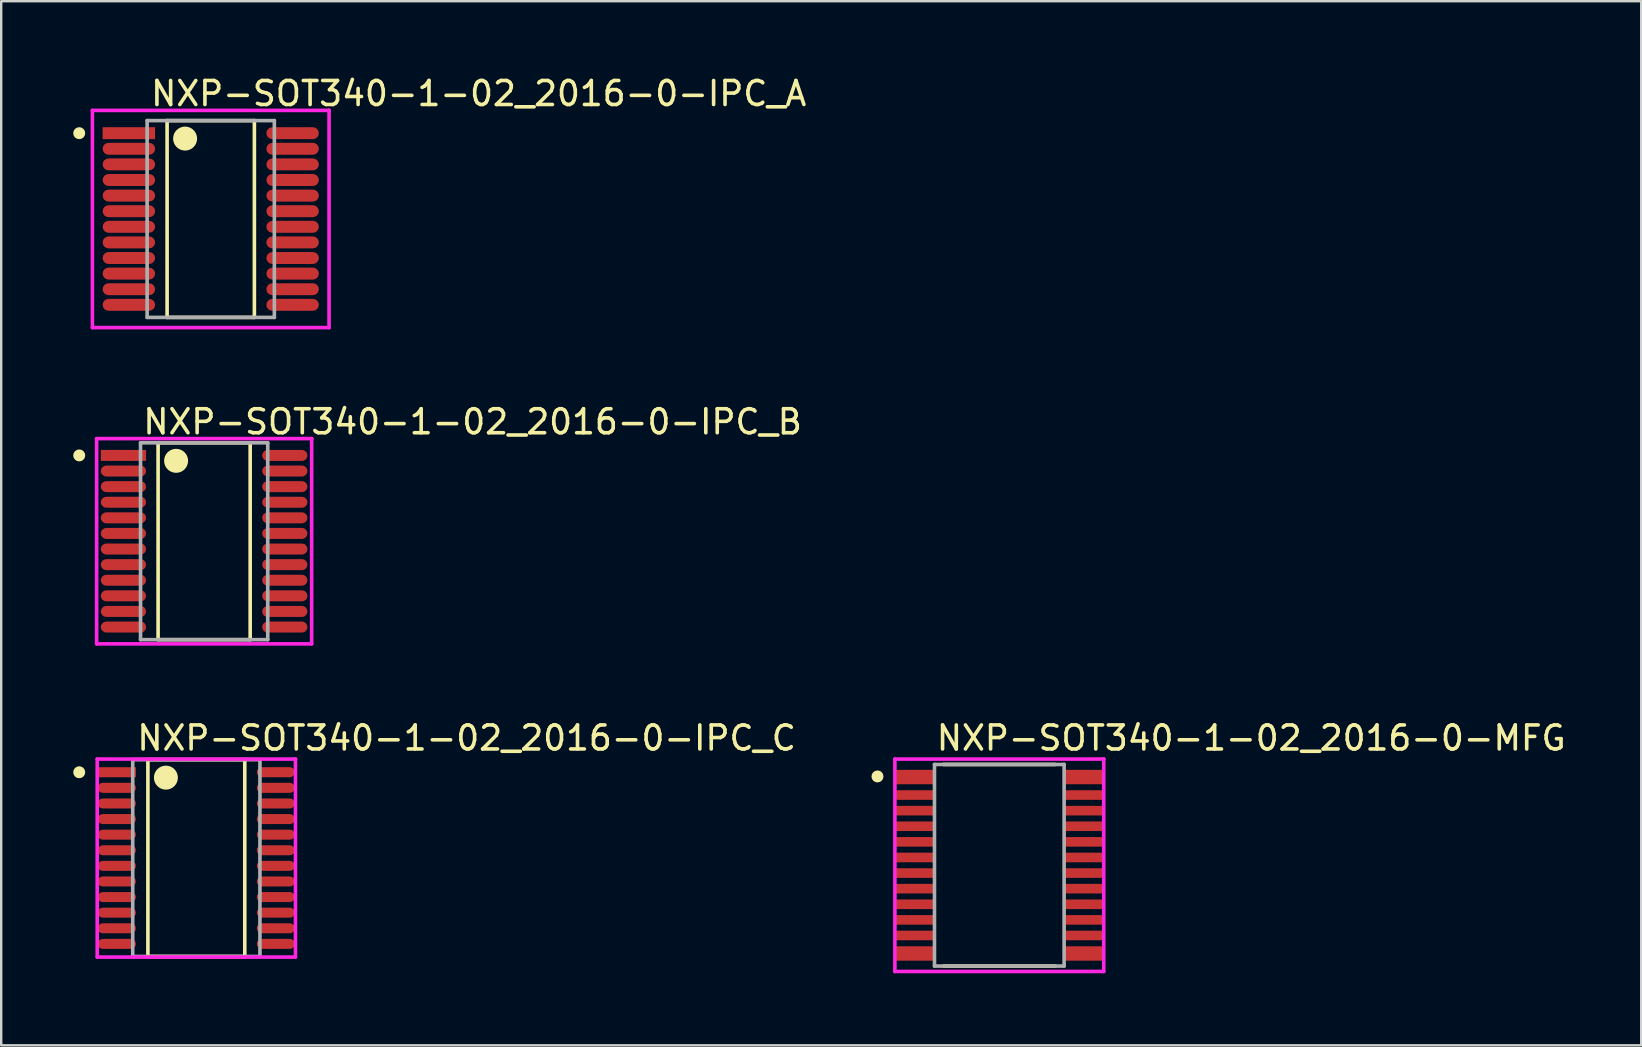
<source format=kicad_pcb>
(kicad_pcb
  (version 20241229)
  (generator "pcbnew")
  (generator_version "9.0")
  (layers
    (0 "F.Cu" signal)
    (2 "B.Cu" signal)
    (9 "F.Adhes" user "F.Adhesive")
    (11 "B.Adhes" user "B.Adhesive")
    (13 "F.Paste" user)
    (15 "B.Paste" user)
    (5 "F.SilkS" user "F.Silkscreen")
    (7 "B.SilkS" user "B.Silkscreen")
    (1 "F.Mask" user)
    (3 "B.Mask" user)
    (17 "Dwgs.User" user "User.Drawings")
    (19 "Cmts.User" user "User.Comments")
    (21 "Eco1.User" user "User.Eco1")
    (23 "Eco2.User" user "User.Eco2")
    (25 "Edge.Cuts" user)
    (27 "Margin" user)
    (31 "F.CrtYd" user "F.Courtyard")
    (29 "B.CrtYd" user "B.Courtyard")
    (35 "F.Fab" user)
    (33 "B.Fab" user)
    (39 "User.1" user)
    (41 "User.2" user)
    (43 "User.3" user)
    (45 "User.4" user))
  (footprint "NXP-SOT340-1-02_2016-0-IPC_A"
    (layer "F.Cu")
    (at 5.729 6.073)
    (property "Reference" "NXP-SOT340-1-02_2016-0-IPC_A" (at -2.579 -5.225 0) (layer "F.SilkS") (effects (font (size 1 1) (thickness 0.15)) (justify left)))
    (attr through_hole)
    (fp_line (start -1.818 -4.1) (end 1.818 -4.1) (stroke (width 0.15) (type solid)) (layer "F.SilkS"))
    (fp_line (start -1.818 4.1) (end -1.818 -4.1) (stroke (width 0.15) (type solid)) (layer "F.SilkS"))
    (fp_line (start 1.818 -4.1) (end 1.818 4.1) (stroke (width 0.15) (type solid)) (layer "F.SilkS"))
    (fp_line (start 1.818 4.1) (end -1.818 4.1) (stroke (width 0.15) (type solid)) (layer "F.SilkS"))
    (fp_circle (center -5.479 -3.575) (end -5.354 -3.575) (stroke (width 0.25) (type solid)) (fill no) (layer "F.SilkS"))
    (fp_circle (center -1.068 -3.35) (end -0.818 -3.35) (stroke (width 0.5) (type solid)) (fill no) (layer "F.SilkS"))
    (fp_line (start -4.929 -4.525) (end -4.929 4.525) (stroke (width 0.15) (type solid)) (layer "F.CrtYd"))
    (fp_line (start -4.929 4.525) (end 4.929 4.525) (stroke (width 0.15) (type solid)) (layer "F.CrtYd"))
    (fp_line (start 4.929 -4.525) (end -4.929 -4.525) (stroke (width 0.15) (type solid)) (layer "F.CrtYd"))
    (fp_line (start 4.929 -4.525) (end 4.929 -4.525) (stroke (width 0.15) (type solid)) (layer "F.CrtYd"))
    (fp_line (start 4.929 4.525) (end 4.929 -4.525) (stroke (width 0.15) (type solid)) (layer "F.CrtYd"))
    (fp_line (start -2.65 -4.1) (end 2.65 -4.1) (stroke (width 0.15) (type solid)) (layer "F.Fab"))
    (fp_line (start -2.65 4.1) (end -2.65 -4.1) (stroke (width 0.15) (type solid)) (layer "F.Fab"))
    (fp_line (start 2.65 -4.1) (end 2.65 4.1) (stroke (width 0.15) (type solid)) (layer "F.Fab"))
    (fp_line (start 2.65 4.1) (end -2.65 4.1) (stroke (width 0.15) (type solid)) (layer "F.Fab"))
    (pad "1" smd rect (at -3.411 -3.575) (size 2.186 0.498) (layers "F.Cu" "F.Mask" "F.Paste"))
    (pad "2" smd roundrect (at -3.411 -2.925) (size 2.186 0.498) (layers "F.Cu" "F.Mask" "F.Paste") (roundrect_rratio 0.5))
    (pad "3" smd roundrect (at -3.411 -2.275) (size 2.186 0.498) (layers "F.Cu" "F.Mask" "F.Paste") (roundrect_rratio 0.5))
    (pad "4" smd roundrect (at -3.411 -1.625) (size 2.186 0.498) (layers "F.Cu" "F.Mask" "F.Paste") (roundrect_rratio 0.5))
    (pad "5" smd roundrect (at -3.411 -0.975) (size 2.186 0.498) (layers "F.Cu" "F.Mask" "F.Paste") (roundrect_rratio 0.5))
    (pad "6" smd roundrect (at -3.411 -0.325) (size 2.186 0.498) (layers "F.Cu" "F.Mask" "F.Paste") (roundrect_rratio 0.5))
    (pad "7" smd roundrect (at -3.411 0.325) (size 2.186 0.498) (layers "F.Cu" "F.Mask" "F.Paste") (roundrect_rratio 0.5))
    (pad "8" smd roundrect (at -3.411 0.975) (size 2.186 0.498) (layers "F.Cu" "F.Mask" "F.Paste") (roundrect_rratio 0.5))
    (pad "9" smd roundrect (at -3.411 1.625) (size 2.186 0.498) (layers "F.Cu" "F.Mask" "F.Paste") (roundrect_rratio 0.5))
    (pad "10" smd roundrect (at -3.411 2.275) (size 2.186 0.498) (layers "F.Cu" "F.Mask" "F.Paste") (roundrect_rratio 0.5))
    (pad "11" smd roundrect (at -3.411 2.925) (size 2.186 0.498) (layers "F.Cu" "F.Mask" "F.Paste") (roundrect_rratio 0.5))
    (pad "12" smd roundrect (at -3.411 3.575) (size 2.186 0.498) (layers "F.Cu" "F.Mask" "F.Paste") (roundrect_rratio 0.5))
    (pad "13" smd roundrect (at 3.411 3.575) (size 2.186 0.498) (layers "F.Cu" "F.Mask" "F.Paste") (roundrect_rratio 0.5))
    (pad "14" smd roundrect (at 3.411 2.925) (size 2.186 0.498) (layers "F.Cu" "F.Mask" "F.Paste") (roundrect_rratio 0.5))
    (pad "15" smd roundrect (at 3.411 2.275) (size 2.186 0.498) (layers "F.Cu" "F.Mask" "F.Paste") (roundrect_rratio 0.5))
    (pad "16" smd roundrect (at 3.411 1.625) (size 2.186 0.498) (layers "F.Cu" "F.Mask" "F.Paste") (roundrect_rratio 0.5))
    (pad "17" smd roundrect (at 3.411 0.975) (size 2.186 0.498) (layers "F.Cu" "F.Mask" "F.Paste") (roundrect_rratio 0.5))
    (pad "18" smd roundrect (at 3.411 0.325) (size 2.186 0.498) (layers "F.Cu" "F.Mask" "F.Paste") (roundrect_rratio 0.5))
    (pad "19" smd roundrect (at 3.411 -0.325) (size 2.186 0.498) (layers "F.Cu" "F.Mask" "F.Paste") (roundrect_rratio 0.5))
    (pad "20" smd roundrect (at 3.411 -0.975) (size 2.186 0.498) (layers "F.Cu" "F.Mask" "F.Paste") (roundrect_rratio 0.5))
    (pad "21" smd roundrect (at 3.411 -1.625) (size 2.186 0.498) (layers "F.Cu" "F.Mask" "F.Paste") (roundrect_rratio 0.5))
    (pad "22" smd roundrect (at 3.411 -2.275) (size 2.186 0.498) (layers "F.Cu" "F.Mask" "F.Paste") (roundrect_rratio 0.5))
    (pad "23" smd roundrect (at 3.411 -2.925) (size 2.186 0.498) (layers "F.Cu" "F.Mask" "F.Paste") (roundrect_rratio 0.5))
    (pad "24" smd roundrect (at 3.411 -3.575) (size 2.186 0.498) (layers "F.Cu" "F.Mask" "F.Paste") (roundrect_rratio 0.5)))
  (footprint "NXP-SOT340-1-02_2016-0-MFG"
    (layer "F.Cu")
    (at 38.579 32.995)
    (property "Reference" "NXP-SOT340-1-02_2016-0-MFG" (at -2.7 -5.3 0) (layer "F.SilkS") (effects (font (size 1 1) (thickness 0.15)) (justify left)))
    (attr through_hole)
    (fp_line (start -2.325 -4.2) (end 2.325 -4.2) (stroke (width 0.15) (type solid)) (layer "F.SilkS"))
    (fp_line (start -2.325 4.2) (end 2.325 4.2) (stroke (width 0.15) (type solid)) (layer "F.SilkS"))
    (fp_circle (center -5.075 -3.7) (end -4.95 -3.7) (stroke (width 0.25) (type solid)) (fill no) (layer "F.SilkS"))
    (fp_line (start -4.35 -4.425) (end -4.35 4.425) (stroke (width 0.15) (type solid)) (layer "F.CrtYd"))
    (fp_line (start -4.35 4.425) (end 4.35 4.425) (stroke (width 0.15) (type solid)) (layer "F.CrtYd"))
    (fp_line (start 4.35 -4.425) (end -4.35 -4.425) (stroke (width 0.15) (type solid)) (layer "F.CrtYd"))
    (fp_line (start 4.35 -4.425) (end 4.35 -4.425) (stroke (width 0.15) (type solid)) (layer "F.CrtYd"))
    (fp_line (start 4.35 4.425) (end 4.35 -4.425) (stroke (width 0.15) (type solid)) (layer "F.CrtYd"))
    (fp_line (start -2.7 -4.2) (end 2.7 -4.2) (stroke (width 0.15) (type solid)) (layer "F.Fab"))
    (fp_line (start -2.7 4.2) (end -2.7 -4.2) (stroke (width 0.15) (type solid)) (layer "F.Fab"))
    (fp_line (start 2.7 -4.2) (end 2.7 4.2) (stroke (width 0.15) (type solid)) (layer "F.Fab"))
    (fp_line (start 2.7 4.2) (end -2.7 4.2) (stroke (width 0.15) (type solid)) (layer "F.Fab"))
    (pad "1" smd rect (at -3.5 -3.675) (size 1.6 0.6) (layers "F.Cu" "F.Mask" "F.Paste"))
    (pad "2" smd rect (at -3.5 -2.925) (size 1.6 0.4) (layers "F.Cu" "F.Mask" "F.Paste"))
    (pad "3" smd rect (at -3.5 -2.275) (size 1.6 0.4) (layers "F.Cu" "F.Mask" "F.Paste"))
    (pad "4" smd rect (at -3.5 -1.625) (size 1.6 0.4) (layers "F.Cu" "F.Mask" "F.Paste"))
    (pad "5" smd rect (at -3.5 -0.975) (size 1.6 0.4) (layers "F.Cu" "F.Mask" "F.Paste"))
    (pad "6" smd rect (at -3.5 -0.325) (size 1.6 0.4) (layers "F.Cu" "F.Mask" "F.Paste"))
    (pad "7" smd rect (at -3.5 0.325) (size 1.6 0.4) (layers "F.Cu" "F.Mask" "F.Paste"))
    (pad "8" smd rect (at -3.5 0.975) (size 1.6 0.4) (layers "F.Cu" "F.Mask" "F.Paste"))
    (pad "9" smd rect (at -3.5 1.625) (size 1.6 0.4) (layers "F.Cu" "F.Mask" "F.Paste"))
    (pad "10" smd rect (at -3.5 2.275) (size 1.6 0.4) (layers "F.Cu" "F.Mask" "F.Paste"))
    (pad "11" smd rect (at -3.5 2.925) (size 1.6 0.4) (layers "F.Cu" "F.Mask" "F.Paste"))
    (pad "12" smd rect (at -3.5 3.675) (size 1.6 0.6) (layers "F.Cu" "F.Mask" "F.Paste"))
    (pad "13" smd rect (at 3.5 3.675) (size 1.6 0.6) (layers "F.Cu" "F.Mask" "F.Paste"))
    (pad "14" smd rect (at 3.5 2.925) (size 1.6 0.4) (layers "F.Cu" "F.Mask" "F.Paste"))
    (pad "15" smd rect (at 3.5 2.275) (size 1.6 0.4) (layers "F.Cu" "F.Mask" "F.Paste"))
    (pad "16" smd rect (at 3.5 1.625) (size 1.6 0.4) (layers "F.Cu" "F.Mask" "F.Paste"))
    (pad "17" smd rect (at 3.5 0.975) (size 1.6 0.4) (layers "F.Cu" "F.Mask" "F.Paste"))
    (pad "18" smd rect (at 3.5 0.325) (size 1.6 0.4) (layers "F.Cu" "F.Mask" "F.Paste"))
    (pad "19" smd rect (at 3.5 -0.325) (size 1.6 0.4) (layers "F.Cu" "F.Mask" "F.Paste"))
    (pad "20" smd rect (at 3.5 -0.975) (size 1.6 0.4) (layers "F.Cu" "F.Mask" "F.Paste"))
    (pad "21" smd rect (at 3.5 -1.625) (size 1.6 0.4) (layers "F.Cu" "F.Mask" "F.Paste"))
    (pad "22" smd rect (at 3.5 -2.275) (size 1.6 0.4) (layers "F.Cu" "F.Mask" "F.Paste"))
    (pad "23" smd rect (at 3.5 -2.925) (size 1.6 0.4) (layers "F.Cu" "F.Mask" "F.Paste"))
    (pad "24" smd rect (at 3.5 -3.675) (size 1.6 0.6) (layers "F.Cu" "F.Mask" "F.Paste")))
  (footprint "NXP-SOT340-1-02_2016-0-IPC_C"
    (layer "F.Cu")
    (at 5.129 32.695)
    (property "Reference" "NXP-SOT340-1-02_2016-0-IPC_C" (at -2.554 -5 0) (layer "F.SilkS") (effects (font (size 1 1) (thickness 0.15)) (justify left)))
    (attr through_hole)
    (fp_line (start -2.018 -4.1) (end 2.018 -4.1) (stroke (width 0.15) (type solid)) (layer "F.SilkS"))
    (fp_line (start -2.018 4.1) (end -2.018 -4.1) (stroke (width 0.15) (type solid)) (layer "F.SilkS"))
    (fp_line (start 2.018 -4.1) (end 2.018 4.1) (stroke (width 0.15) (type solid)) (layer "F.SilkS"))
    (fp_line (start 2.018 4.1) (end -2.018 4.1) (stroke (width 0.15) (type solid)) (layer "F.SilkS"))
    (fp_circle (center -4.879 -3.575) (end -4.754 -3.575) (stroke (width 0.25) (type solid)) (fill no) (layer "F.SilkS"))
    (fp_circle (center -1.268 -3.35) (end -1.018 -3.35) (stroke (width 0.5) (type solid)) (fill no) (layer "F.SilkS"))
    (fp_line (start -4.129 -4.125) (end -4.129 4.125) (stroke (width 0.15) (type solid)) (layer "F.CrtYd"))
    (fp_line (start -4.129 4.125) (end 4.129 4.125) (stroke (width 0.15) (type solid)) (layer "F.CrtYd"))
    (fp_line (start 4.129 -4.125) (end -4.129 -4.125) (stroke (width 0.15) (type solid)) (layer "F.CrtYd"))
    (fp_line (start 4.129 -4.125) (end 4.129 -4.125) (stroke (width 0.15) (type solid)) (layer "F.CrtYd"))
    (fp_line (start 4.129 4.125) (end 4.129 -4.125) (stroke (width 0.15) (type solid)) (layer "F.CrtYd"))
    (fp_line (start -2.65 -4.1) (end 2.65 -4.1) (stroke (width 0.15) (type solid)) (layer "F.Fab"))
    (fp_line (start -2.65 4.1) (end -2.65 -4.1) (stroke (width 0.15) (type solid)) (layer "F.Fab"))
    (fp_line (start 2.65 -4.1) (end 2.65 4.1) (stroke (width 0.15) (type solid)) (layer "F.Fab"))
    (fp_line (start 2.65 4.1) (end -2.65 4.1) (stroke (width 0.15) (type solid)) (layer "F.Fab"))
    (pad "1" smd rect (at -3.311 -3.575) (size 1.586 0.418) (layers "F.Cu" "F.Mask" "F.Paste"))
    (pad "2" smd roundrect (at -3.311 -2.925) (size 1.586 0.418) (layers "F.Cu" "F.Mask" "F.Paste") (roundrect_rratio 0.5))
    (pad "3" smd roundrect (at -3.311 -2.275) (size 1.586 0.418) (layers "F.Cu" "F.Mask" "F.Paste") (roundrect_rratio 0.5))
    (pad "4" smd roundrect (at -3.311 -1.625) (size 1.586 0.418) (layers "F.Cu" "F.Mask" "F.Paste") (roundrect_rratio 0.5))
    (pad "5" smd roundrect (at -3.311 -0.975) (size 1.586 0.418) (layers "F.Cu" "F.Mask" "F.Paste") (roundrect_rratio 0.5))
    (pad "6" smd roundrect (at -3.311 -0.325) (size 1.586 0.418) (layers "F.Cu" "F.Mask" "F.Paste") (roundrect_rratio 0.5))
    (pad "7" smd roundrect (at -3.311 0.325) (size 1.586 0.418) (layers "F.Cu" "F.Mask" "F.Paste") (roundrect_rratio 0.5))
    (pad "8" smd roundrect (at -3.311 0.975) (size 1.586 0.418) (layers "F.Cu" "F.Mask" "F.Paste") (roundrect_rratio 0.5))
    (pad "9" smd roundrect (at -3.311 1.625) (size 1.586 0.418) (layers "F.Cu" "F.Mask" "F.Paste") (roundrect_rratio 0.5))
    (pad "10" smd roundrect (at -3.311 2.275) (size 1.586 0.418) (layers "F.Cu" "F.Mask" "F.Paste") (roundrect_rratio 0.5))
    (pad "11" smd roundrect (at -3.311 2.925) (size 1.586 0.418) (layers "F.Cu" "F.Mask" "F.Paste") (roundrect_rratio 0.5))
    (pad "12" smd roundrect (at -3.311 3.575) (size 1.586 0.418) (layers "F.Cu" "F.Mask" "F.Paste") (roundrect_rratio 0.5))
    (pad "13" smd roundrect (at 3.311 3.575) (size 1.586 0.418) (layers "F.Cu" "F.Mask" "F.Paste") (roundrect_rratio 0.5))
    (pad "14" smd roundrect (at 3.311 2.925) (size 1.586 0.418) (layers "F.Cu" "F.Mask" "F.Paste") (roundrect_rratio 0.5))
    (pad "15" smd roundrect (at 3.311 2.275) (size 1.586 0.418) (layers "F.Cu" "F.Mask" "F.Paste") (roundrect_rratio 0.5))
    (pad "16" smd roundrect (at 3.311 1.625) (size 1.586 0.418) (layers "F.Cu" "F.Mask" "F.Paste") (roundrect_rratio 0.5))
    (pad "17" smd roundrect (at 3.311 0.975) (size 1.586 0.418) (layers "F.Cu" "F.Mask" "F.Paste") (roundrect_rratio 0.5))
    (pad "18" smd roundrect (at 3.311 0.325) (size 1.586 0.418) (layers "F.Cu" "F.Mask" "F.Paste") (roundrect_rratio 0.5))
    (pad "19" smd roundrect (at 3.311 -0.325) (size 1.586 0.418) (layers "F.Cu" "F.Mask" "F.Paste") (roundrect_rratio 0.5))
    (pad "20" smd roundrect (at 3.311 -0.975) (size 1.586 0.418) (layers "F.Cu" "F.Mask" "F.Paste") (roundrect_rratio 0.5))
    (pad "21" smd roundrect (at 3.311 -1.625) (size 1.586 0.418) (layers "F.Cu" "F.Mask" "F.Paste") (roundrect_rratio 0.5))
    (pad "22" smd roundrect (at 3.311 -2.275) (size 1.586 0.418) (layers "F.Cu" "F.Mask" "F.Paste") (roundrect_rratio 0.5))
    (pad "23" smd roundrect (at 3.311 -2.925) (size 1.586 0.418) (layers "F.Cu" "F.Mask" "F.Paste") (roundrect_rratio 0.5))
    (pad "24" smd roundrect (at 3.311 -3.575) (size 1.586 0.418) (layers "F.Cu" "F.Mask" "F.Paste") (roundrect_rratio 0.5)))
  (footprint "NXP-SOT340-1-02_2016-0-IPC_B"
    (layer "F.Cu")
    (at 5.454 19.497)
    (property "Reference" "NXP-SOT340-1-02_2016-0-IPC_B" (at -2.629 -4.975 0) (layer "F.SilkS") (effects (font (size 1 1) (thickness 0.15)) (justify left)))
    (attr through_hole)
    (fp_line (start -1.918 -4.1) (end 1.918 -4.1) (stroke (width 0.15) (type solid)) (layer "F.SilkS"))
    (fp_line (start -1.918 4.1) (end -1.918 -4.1) (stroke (width 0.15) (type solid)) (layer "F.SilkS"))
    (fp_line (start 1.918 -4.1) (end 1.918 4.1) (stroke (width 0.15) (type solid)) (layer "F.SilkS"))
    (fp_line (start 1.918 4.1) (end -1.918 4.1) (stroke (width 0.15) (type solid)) (layer "F.SilkS"))
    (fp_circle (center -5.204 -3.575) (end -5.079 -3.575) (stroke (width 0.25) (type solid)) (fill no) (layer "F.SilkS"))
    (fp_circle (center -1.168 -3.35) (end -0.918 -3.35) (stroke (width 0.5) (type solid)) (fill no) (layer "F.SilkS"))
    (fp_line (start -4.479 -4.275) (end -4.479 4.275) (stroke (width 0.15) (type solid)) (layer "F.CrtYd"))
    (fp_line (start -4.479 4.275) (end 4.479 4.275) (stroke (width 0.15) (type solid)) (layer "F.CrtYd"))
    (fp_line (start 4.479 -4.275) (end -4.479 -4.275) (stroke (width 0.15) (type solid)) (layer "F.CrtYd"))
    (fp_line (start 4.479 -4.275) (end 4.479 -4.275) (stroke (width 0.15) (type solid)) (layer "F.CrtYd"))
    (fp_line (start 4.479 4.275) (end 4.479 -4.275) (stroke (width 0.15) (type solid)) (layer "F.CrtYd"))
    (fp_line (start -2.65 -4.1) (end 2.65 -4.1) (stroke (width 0.15) (type solid)) (layer "F.Fab"))
    (fp_line (start -2.65 4.1) (end -2.65 -4.1) (stroke (width 0.15) (type solid)) (layer "F.Fab"))
    (fp_line (start 2.65 -4.1) (end 2.65 4.1) (stroke (width 0.15) (type solid)) (layer "F.Fab"))
    (fp_line (start 2.65 4.1) (end -2.65 4.1) (stroke (width 0.15) (type solid)) (layer "F.Fab"))
    (pad "1" smd rect (at -3.361 -3.575) (size 1.886 0.458) (layers "F.Cu" "F.Mask" "F.Paste"))
    (pad "2" smd roundrect (at -3.361 -2.925) (size 1.886 0.458) (layers "F.Cu" "F.Mask" "F.Paste") (roundrect_rratio 0.5))
    (pad "3" smd roundrect (at -3.361 -2.275) (size 1.886 0.458) (layers "F.Cu" "F.Mask" "F.Paste") (roundrect_rratio 0.5))
    (pad "4" smd roundrect (at -3.361 -1.625) (size 1.886 0.458) (layers "F.Cu" "F.Mask" "F.Paste") (roundrect_rratio 0.5))
    (pad "5" smd roundrect (at -3.361 -0.975) (size 1.886 0.458) (layers "F.Cu" "F.Mask" "F.Paste") (roundrect_rratio 0.5))
    (pad "6" smd roundrect (at -3.361 -0.325) (size 1.886 0.458) (layers "F.Cu" "F.Mask" "F.Paste") (roundrect_rratio 0.5))
    (pad "7" smd roundrect (at -3.361 0.325) (size 1.886 0.458) (layers "F.Cu" "F.Mask" "F.Paste") (roundrect_rratio 0.5))
    (pad "8" smd roundrect (at -3.361 0.975) (size 1.886 0.458) (layers "F.Cu" "F.Mask" "F.Paste") (roundrect_rratio 0.5))
    (pad "9" smd roundrect (at -3.361 1.625) (size 1.886 0.458) (layers "F.Cu" "F.Mask" "F.Paste") (roundrect_rratio 0.5))
    (pad "10" smd roundrect (at -3.361 2.275) (size 1.886 0.458) (layers "F.Cu" "F.Mask" "F.Paste") (roundrect_rratio 0.5))
    (pad "11" smd roundrect (at -3.361 2.925) (size 1.886 0.458) (layers "F.Cu" "F.Mask" "F.Paste") (roundrect_rratio 0.5))
    (pad "12" smd roundrect (at -3.361 3.575) (size 1.886 0.458) (layers "F.Cu" "F.Mask" "F.Paste") (roundrect_rratio 0.5))
    (pad "13" smd roundrect (at 3.361 3.575) (size 1.886 0.458) (layers "F.Cu" "F.Mask" "F.Paste") (roundrect_rratio 0.5))
    (pad "14" smd roundrect (at 3.361 2.925) (size 1.886 0.458) (layers "F.Cu" "F.Mask" "F.Paste") (roundrect_rratio 0.5))
    (pad "15" smd roundrect (at 3.361 2.275) (size 1.886 0.458) (layers "F.Cu" "F.Mask" "F.Paste") (roundrect_rratio 0.5))
    (pad "16" smd roundrect (at 3.361 1.625) (size 1.886 0.458) (layers "F.Cu" "F.Mask" "F.Paste") (roundrect_rratio 0.5))
    (pad "17" smd roundrect (at 3.361 0.975) (size 1.886 0.458) (layers "F.Cu" "F.Mask" "F.Paste") (roundrect_rratio 0.5))
    (pad "18" smd roundrect (at 3.361 0.325) (size 1.886 0.458) (layers "F.Cu" "F.Mask" "F.Paste") (roundrect_rratio 0.5))
    (pad "19" smd roundrect (at 3.361 -0.325) (size 1.886 0.458) (layers "F.Cu" "F.Mask" "F.Paste") (roundrect_rratio 0.5))
    (pad "20" smd roundrect (at 3.361 -0.975) (size 1.886 0.458) (layers "F.Cu" "F.Mask" "F.Paste") (roundrect_rratio 0.5))
    (pad "21" smd roundrect (at 3.361 -1.625) (size 1.886 0.458) (layers "F.Cu" "F.Mask" "F.Paste") (roundrect_rratio 0.5))
    (pad "22" smd roundrect (at 3.361 -2.275) (size 1.886 0.458) (layers "F.Cu" "F.Mask" "F.Paste") (roundrect_rratio 0.5))
    (pad "23" smd roundrect (at 3.361 -2.925) (size 1.886 0.458) (layers "F.Cu" "F.Mask" "F.Paste") (roundrect_rratio 0.5))
    (pad "24" smd roundrect (at 3.361 -3.575) (size 1.886 0.458) (layers "F.Cu" "F.Mask" "F.Paste") (roundrect_rratio 0.5)))
  (gr_rect
    (start -3 -3)
    (end 65.319 40.495)
    (stroke (width 0.1) (type default))
    (fill no)
    (layer "Edge.Cuts")))
</source>
